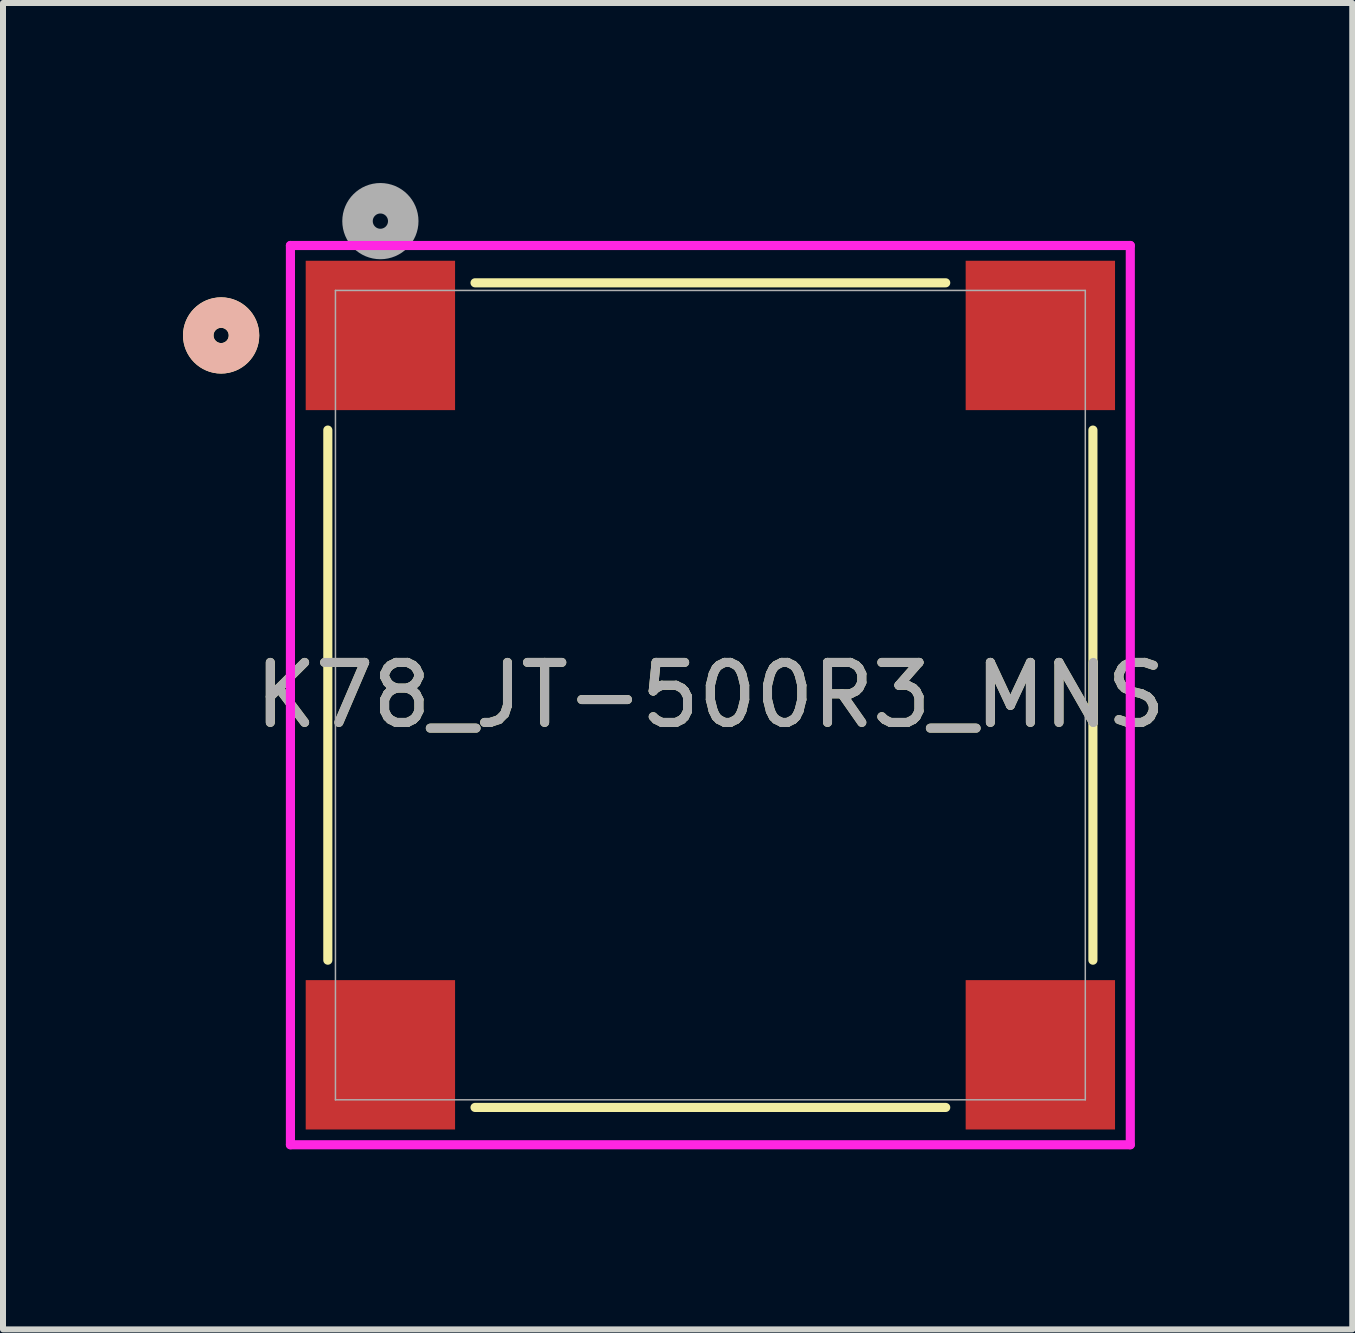
<source format=kicad_pcb>
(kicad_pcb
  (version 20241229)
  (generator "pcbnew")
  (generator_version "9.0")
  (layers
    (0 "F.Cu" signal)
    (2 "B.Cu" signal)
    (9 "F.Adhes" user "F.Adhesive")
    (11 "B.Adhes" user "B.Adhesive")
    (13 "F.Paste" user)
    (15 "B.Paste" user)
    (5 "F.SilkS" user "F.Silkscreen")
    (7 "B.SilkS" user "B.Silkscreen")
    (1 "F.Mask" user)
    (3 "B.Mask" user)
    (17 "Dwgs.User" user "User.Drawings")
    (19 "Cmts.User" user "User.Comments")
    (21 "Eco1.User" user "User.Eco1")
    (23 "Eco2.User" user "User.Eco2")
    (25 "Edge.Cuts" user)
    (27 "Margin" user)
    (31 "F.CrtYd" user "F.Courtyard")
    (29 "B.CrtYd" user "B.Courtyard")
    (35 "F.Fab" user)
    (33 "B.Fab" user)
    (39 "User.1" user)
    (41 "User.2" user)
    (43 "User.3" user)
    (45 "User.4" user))
  (footprint "K78_JT-500R3_MNS"
    (layer "F.Cu")
    (at 8.788 8.534)
    (property "Reference" "K78_JT-500R3_MNS" (at 0 0 0) (unlocked yes) (layer "F.SilkS") (effects (font (size 1 1) (thickness 0.15))))
    (attr smd)
    (fp_line (start -6.375 -4.417) (end -6.375 4.417) (stroke (width 0.152) (type solid)) (layer "F.SilkS"))
    (fp_line (start -3.922 6.871) (end 3.922 6.871) (stroke (width 0.152) (type solid)) (layer "F.SilkS"))
    (fp_line (start 3.922 -6.871) (end -3.922 -6.871) (stroke (width 0.152) (type solid)) (layer "F.SilkS"))
    (fp_line (start 6.375 4.417) (end 6.375 -4.417) (stroke (width 0.152) (type solid)) (layer "F.SilkS"))
    (fp_circle (center -8.153 -5.994) (end -7.772 -5.994) (stroke (width 0.508) (type solid)) (fill no) (layer "F.SilkS"))
    (fp_circle (center -8.153 -5.994) (end -7.772 -5.994) (stroke (width 0.508) (type solid)) (fill no) (layer "B.SilkS"))
    (fp_line (start -6.998 -7.493) (end -6.998 7.493) (stroke (width 0.152) (type solid)) (layer "F.CrtYd"))
    (fp_line (start -6.998 7.493) (end 6.998 7.493) (stroke (width 0.152) (type solid)) (layer "F.CrtYd"))
    (fp_line (start 6.998 -7.493) (end -6.998 -7.493) (stroke (width 0.152) (type solid)) (layer "F.CrtYd"))
    (fp_line (start 6.998 7.493) (end 6.998 -7.493) (stroke (width 0.152) (type solid)) (layer "F.CrtYd"))
    (fp_line (start -6.248 -6.744) (end -6.248 6.744) (stroke (width 0.025) (type solid)) (layer "F.Fab"))
    (fp_line (start -6.248 6.744) (end 6.248 6.744) (stroke (width 0.025) (type solid)) (layer "F.Fab"))
    (fp_line (start 6.248 -6.744) (end -6.248 -6.744) (stroke (width 0.025) (type solid)) (layer "F.Fab"))
    (fp_line (start 6.248 6.744) (end 6.248 -6.744) (stroke (width 0.025) (type solid)) (layer "F.Fab"))
    (fp_circle (center -5.499 -7.899) (end -5.118 -7.899) (stroke (width 0.508) (type solid)) (fill no) (layer "F.Fab"))
    (fp_text user "${REFERENCE}" (at 0 0 0) (unlocked yes) (layer "F.Fab") (effects (font (size 1 1) (thickness 0.15))))
    (pad "1" smd rect (at -5.499 -5.994) (size 2.489 2.489) (layers "F.Cu" "F.Mask" "F.Paste"))
    (pad "2" smd rect (at 5.499 -5.994) (size 2.489 2.489) (layers "F.Cu" "F.Mask" "F.Paste"))
    (pad "3" smd rect (at 5.499 5.994) (size 2.489 2.489) (layers "F.Cu" "F.Mask" "F.Paste"))
    (pad "4" smd rect (at -5.499 5.994) (size 2.489 2.489) (layers "F.Cu" "F.Mask" "F.Paste")))
  (gr_rect
    (start -3 -3)
    (end 19.485 19.104)
    (stroke (width 0.1) (type default))
    (fill no)
    (layer "Edge.Cuts")))
</source>
